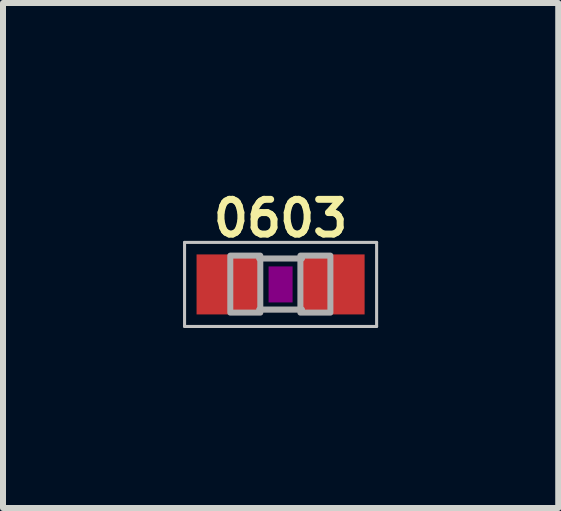
<source format=kicad_pcb>
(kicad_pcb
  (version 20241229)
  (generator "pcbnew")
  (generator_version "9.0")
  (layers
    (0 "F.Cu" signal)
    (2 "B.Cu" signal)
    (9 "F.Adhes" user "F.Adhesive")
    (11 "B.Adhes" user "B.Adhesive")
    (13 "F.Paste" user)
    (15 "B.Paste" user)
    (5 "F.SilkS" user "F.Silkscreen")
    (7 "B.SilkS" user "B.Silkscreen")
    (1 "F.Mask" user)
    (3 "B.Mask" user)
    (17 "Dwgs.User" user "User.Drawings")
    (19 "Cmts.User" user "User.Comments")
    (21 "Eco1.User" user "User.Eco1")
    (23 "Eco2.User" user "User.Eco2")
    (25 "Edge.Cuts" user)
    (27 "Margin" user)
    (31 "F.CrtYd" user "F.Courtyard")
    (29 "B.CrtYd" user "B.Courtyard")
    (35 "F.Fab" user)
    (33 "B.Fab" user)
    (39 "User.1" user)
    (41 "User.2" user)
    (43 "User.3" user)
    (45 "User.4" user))
  (footprint "0603"
    (layer "F.Cu")
    (at 1.625 1.689)
    (property "Reference" "0603" (at 0 -0.762 0) (layer "F.SilkS") (effects (font (size 0.579 0.579) (thickness 0.116)) (justify bottom)))
    (attr through_hole)
    (fp_poly (pts (xy -0.2 0.3) (xy 0.2 0.3) (xy 0.2 -0.3) (xy -0.2 -0.3)) (stroke (width 0) (type solid)) (fill yes) (layer "F.Adhes"))
    (fp_line (start -1.6 -0.7) (end 1.6 -0.7) (stroke (width 0.051) (type solid)) (layer "Dwgs.User"))
    (fp_line (start -1.6 0.7) (end -1.6 -0.7) (stroke (width 0.051) (type solid)) (layer "Dwgs.User"))
    (fp_line (start 1.6 -0.7) (end 1.6 0.7) (stroke (width 0.051) (type solid)) (layer "Dwgs.User"))
    (fp_line (start 1.6 0.7) (end -1.6 0.7) (stroke (width 0.051) (type solid)) (layer "Dwgs.User"))
    (fp_line (start -0.356 -0.432) (end 0.356 -0.432) (stroke (width 0.102) (type solid)) (layer "F.Fab"))
    (fp_line (start -0.356 0.419) (end 0.356 0.419) (stroke (width 0.102) (type solid)) (layer "F.Fab"))
    (fp_poly (pts (xy -0.838 0.47) (xy -0.338 0.47) (xy -0.338 -0.48) (xy -0.838 -0.48)) (stroke (width 0.1) (type solid)) (fill no) (layer "F.Fab"))
    (fp_poly (pts (xy 0.33 0.47) (xy 0.83 0.47) (xy 0.83 -0.48) (xy 0.33 -0.48)) (stroke (width 0.1) (type solid)) (fill no) (layer "F.Fab"))
    (pad "1" smd rect (at -0.85 0) (size 1.1 1) (layers "F.Cu" "F.Mask" "F.Paste"))
    (pad "2" smd rect (at 0.85 0) (size 1.1 1) (layers "F.Cu" "F.Mask" "F.Paste")))
  (gr_rect
    (start -3 -3)
    (end 6.251 5.414)
    (stroke (width 0.1) (type default))
    (fill no)
    (layer "Edge.Cuts")))
</source>
